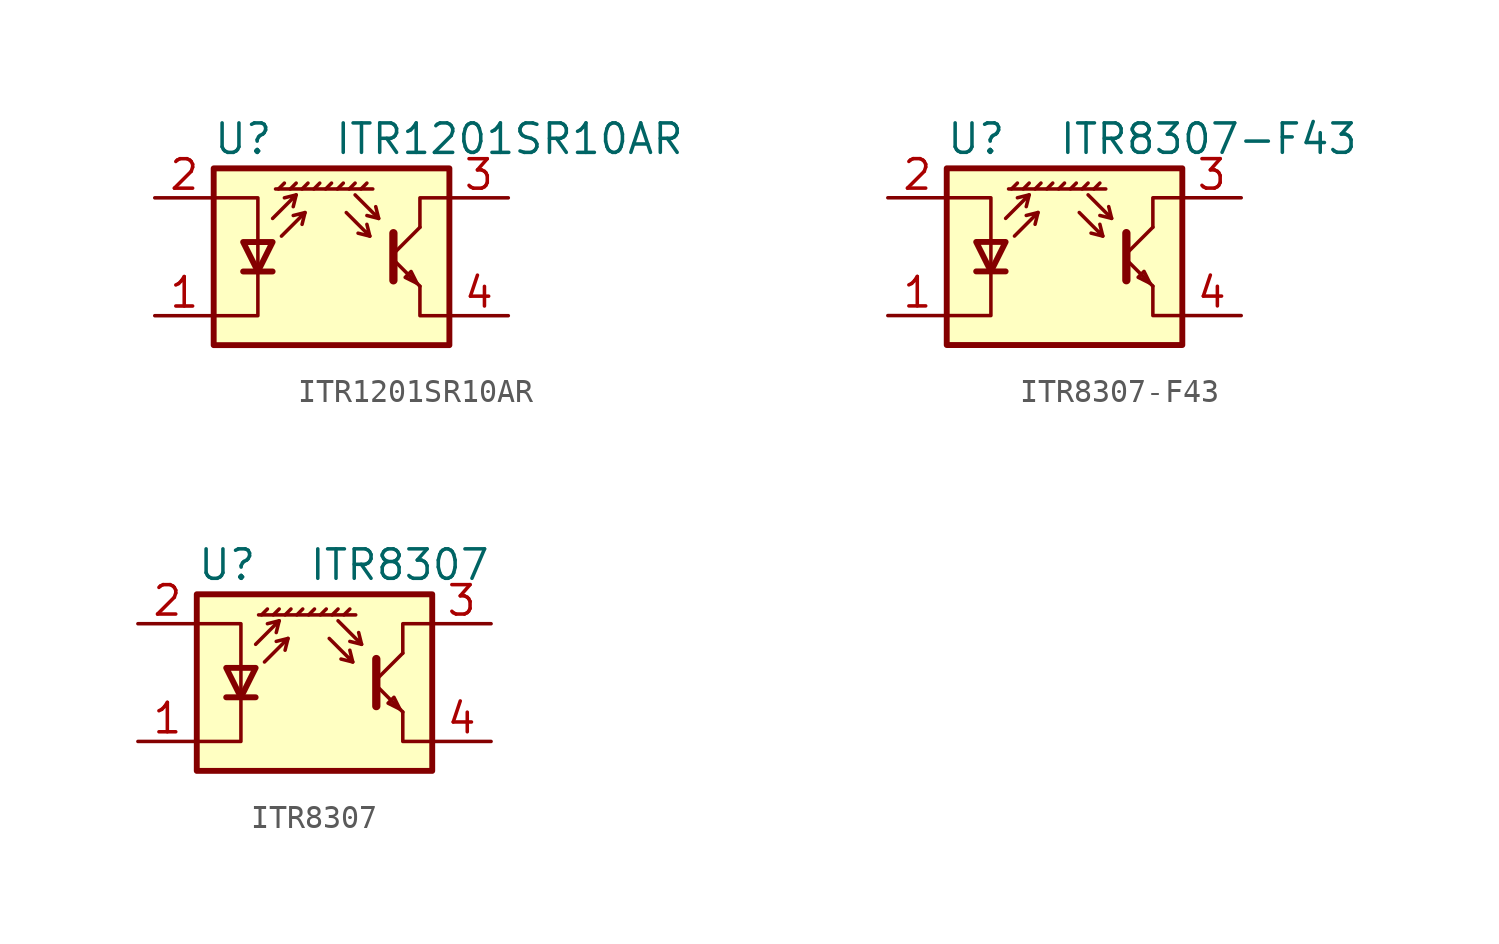
<source format=kicad_sym>
(kicad_symbol_lib
  (version 20241209)
  (generator "kicad_symbol_editor")
  (generator_version "9.0")
  (symbol "ITR1201SR10AR"
    (pin_names
      (offset 0.025)
      (hide yes))
    (property "Reference" "U"
      (at -3.81 5.08 0)
      (effects (font (size 1.27 1.27))))
    (property "Value" "ITR1201SR10AR"
      (at 15.24 5.08 0)
      (effects (font (size 1.27 1.27)) (justify right)))
    (symbol "ITR1201SR10AR_0_1"
      (polyline (pts (xy -5.08 -2.54) (xy -3.175 -2.54) (xy -3.175 2.54) (xy -5.08 2.54)) (stroke (width 0) (type default)) (fill (type none)))
      (polyline (pts (xy -5.08 -3.81) (xy 5.08 -3.81) (xy 5.08 3.81) (xy -5.08 3.81) (xy -5.08 -3.81)) (stroke (width 0.254) (type default)) (fill (type background)))
      (polyline (pts (xy -3.81 -0.635) (xy -2.54 -0.635)) (stroke (width 0.254) (type default)) (fill (type none)))
      (polyline (pts (xy -3.175 -0.635) (xy -3.81 0.635) (xy -2.54 0.635) (xy -3.175 -0.635)) (stroke (width 0.254) (type default)) (fill (type none)))
      (polyline (pts (xy -2.54 1.651) (xy -1.524 2.667) (xy -2.032 2.54)) (stroke (width 0) (type default)) (fill (type none)))
      (polyline (pts (xy -2.286 2.921) (xy -2.032 3.175)) (stroke (width 0) (type default)) (fill (type none)))
      (polyline (pts (xy -2.159 0.889) (xy -1.143 1.905) (xy -1.651 1.778)) (stroke (width 0) (type default)) (fill (type none)))
      (polyline (pts (xy -1.778 2.921) (xy -1.524 3.175)) (stroke (width 0) (type default)) (fill (type none)))
      (polyline (pts (xy -1.524 2.667) (xy -1.651 2.159)) (stroke (width 0) (type default)) (fill (type none)))
      (polyline (pts (xy -1.27 2.921) (xy -1.016 3.175)) (stroke (width 0) (type default)) (fill (type none)))
      (polyline (pts (xy -1.143 1.905) (xy -1.27 1.397)) (stroke (width 0) (type default)) (fill (type none)))
      (polyline (pts (xy -0.762 2.921) (xy -0.508 3.175)) (stroke (width 0) (type default)) (fill (type none)))
      (polyline (pts (xy -0.254 2.921) (xy 0 3.175)) (stroke (width 0) (type default)) (fill (type none)))
      (polyline (pts (xy 0.254 2.921) (xy 0.508 3.175)) (stroke (width 0) (type default)) (fill (type none)))
      (polyline (pts (xy 0.635 1.905) (xy 1.651 0.889) (xy 1.524 1.397)) (stroke (width 0) (type default)) (fill (type none)))
      (polyline (pts (xy 0.762 2.921) (xy 1.016 3.175)) (stroke (width 0) (type default)) (fill (type none)))
      (polyline (pts (xy 1.016 2.667) (xy 2.032 1.651) (xy 1.905 2.159)) (stroke (width 0) (type default)) (fill (type none)))
      (polyline (pts (xy 1.27 2.921) (xy 1.524 3.175)) (stroke (width 0) (type default)) (fill (type none)))
      (polyline (pts (xy 1.651 0.889) (xy 1.143 1.016)) (stroke (width 0) (type default)) (fill (type none)))
      (polyline (pts (xy 1.778 2.921) (xy -2.413 2.921)) (stroke (width 0) (type default)) (fill (type none)))
      (polyline (pts (xy 2.032 1.651) (xy 1.524 1.778)) (stroke (width 0) (type default)) (fill (type none)))
      (polyline (pts (xy 2.667 1.016) (xy 2.667 -1.016)) (stroke (width 0.356) (type default)) (fill (type none)))
      (polyline (pts (xy 2.667 0.127) (xy 3.81 1.27)) (stroke (width 0) (type default)) (fill (type none)))
      (polyline (pts (xy 2.667 -0.127) (xy 3.81 -1.27)) (stroke (width 0) (type default)) (fill (type none)))
      (polyline (pts (xy 3.683 -1.143) (xy 3.429 -0.635) (xy 3.175 -0.889) (xy 3.683 -1.143)) (stroke (width 0) (type default)) (fill (type none)))
      (polyline (pts (xy 3.81 1.27) (xy 3.81 2.54) (xy 5.08 2.54)) (stroke (width 0) (type default)) (fill (type none)))
      (polyline (pts (xy 3.81 -1.27) (xy 3.81 -2.54) (xy 5.08 -2.54)) (stroke (width 0) (type default)) (fill (type none))))
    (symbol "ITR1201SR10AR_1_1"
      (pin passive line (at -7.62 2.54 0) (length 2.54) (name "A" (effects (font (size 1.27 1.27)))) (number "2" (effects (font (size 1.27 1.27)))))
      (pin passive line (at -7.62 -2.54 0) (length 2.54) (name "K" (effects (font (size 1.27 1.27)))) (number "1" (effects (font (size 1.27 1.27)))))
      (pin open_collector line (at 7.62 2.54 180) (length 2.54) (name "~" (effects (font (size 1.27 1.27)))) (number "3" (effects (font (size 1.27 1.27)))))
      (pin open_emitter line (at 7.62 -2.54 180) (length 2.54) (name "~" (effects (font (size 1.27 1.27)))) (number "4" (effects (font (size 1.27 1.27)))))))
  (symbol "ITR8307-F43"
    (pin_names
      (offset 0.025)
      (hide yes))
    (property "Reference" "U"
      (at -3.81 5.08 0)
      (effects (font (size 1.27 1.27))))
    (property "Value" "ITR8307-F43"
      (at 12.7 5.08 0)
      (effects (font (size 1.27 1.27)) (justify right)))
    (symbol "ITR8307-F43_0_1"
      (polyline (pts (xy -5.08 -2.54) (xy -3.175 -2.54) (xy -3.175 2.54) (xy -5.08 2.54)) (stroke (width 0) (type default)) (fill (type none)))
      (polyline (pts (xy -5.08 -3.81) (xy 5.08 -3.81) (xy 5.08 3.81) (xy -5.08 3.81) (xy -5.08 -3.81)) (stroke (width 0.254) (type default)) (fill (type background)))
      (polyline (pts (xy -3.81 -0.635) (xy -2.54 -0.635)) (stroke (width 0.254) (type default)) (fill (type none)))
      (polyline (pts (xy -3.175 -0.635) (xy -3.81 0.635) (xy -2.54 0.635) (xy -3.175 -0.635)) (stroke (width 0.254) (type default)) (fill (type none)))
      (polyline (pts (xy -2.54 1.651) (xy -1.524 2.667) (xy -2.032 2.54)) (stroke (width 0) (type default)) (fill (type none)))
      (polyline (pts (xy -2.286 2.921) (xy -2.032 3.175)) (stroke (width 0) (type default)) (fill (type none)))
      (polyline (pts (xy -2.159 0.889) (xy -1.143 1.905) (xy -1.651 1.778)) (stroke (width 0) (type default)) (fill (type none)))
      (polyline (pts (xy -1.778 2.921) (xy -1.524 3.175)) (stroke (width 0) (type default)) (fill (type none)))
      (polyline (pts (xy -1.524 2.667) (xy -1.651 2.159)) (stroke (width 0) (type default)) (fill (type none)))
      (polyline (pts (xy -1.27 2.921) (xy -1.016 3.175)) (stroke (width 0) (type default)) (fill (type none)))
      (polyline (pts (xy -1.143 1.905) (xy -1.27 1.397)) (stroke (width 0) (type default)) (fill (type none)))
      (polyline (pts (xy -0.762 2.921) (xy -0.508 3.175)) (stroke (width 0) (type default)) (fill (type none)))
      (polyline (pts (xy -0.254 2.921) (xy 0 3.175)) (stroke (width 0) (type default)) (fill (type none)))
      (polyline (pts (xy 0.254 2.921) (xy 0.508 3.175)) (stroke (width 0) (type default)) (fill (type none)))
      (polyline (pts (xy 0.635 1.905) (xy 1.651 0.889) (xy 1.524 1.397)) (stroke (width 0) (type default)) (fill (type none)))
      (polyline (pts (xy 0.762 2.921) (xy 1.016 3.175)) (stroke (width 0) (type default)) (fill (type none)))
      (polyline (pts (xy 1.016 2.667) (xy 2.032 1.651) (xy 1.905 2.159)) (stroke (width 0) (type default)) (fill (type none)))
      (polyline (pts (xy 1.27 2.921) (xy 1.524 3.175)) (stroke (width 0) (type default)) (fill (type none)))
      (polyline (pts (xy 1.651 0.889) (xy 1.143 1.016)) (stroke (width 0) (type default)) (fill (type none)))
      (polyline (pts (xy 1.778 2.921) (xy -2.413 2.921)) (stroke (width 0) (type default)) (fill (type none)))
      (polyline (pts (xy 2.032 1.651) (xy 1.524 1.778)) (stroke (width 0) (type default)) (fill (type none)))
      (polyline (pts (xy 2.667 1.016) (xy 2.667 -1.016)) (stroke (width 0.356) (type default)) (fill (type none)))
      (polyline (pts (xy 2.667 0.127) (xy 3.81 1.27)) (stroke (width 0) (type default)) (fill (type none)))
      (polyline (pts (xy 2.667 -0.127) (xy 3.81 -1.27)) (stroke (width 0) (type default)) (fill (type none)))
      (polyline (pts (xy 3.683 -1.143) (xy 3.429 -0.635) (xy 3.175 -0.889) (xy 3.683 -1.143)) (stroke (width 0) (type default)) (fill (type none)))
      (polyline (pts (xy 3.81 1.27) (xy 3.81 2.54) (xy 5.08 2.54)) (stroke (width 0) (type default)) (fill (type none)))
      (polyline (pts (xy 3.81 -1.27) (xy 3.81 -2.54) (xy 5.08 -2.54)) (stroke (width 0) (type default)) (fill (type none))))
    (symbol "ITR8307-F43_1_1"
      (pin passive line (at -7.62 2.54 0) (length 2.54) (name "A" (effects (font (size 1.27 1.27)))) (number "2" (effects (font (size 1.27 1.27)))))
      (pin passive line (at -7.62 -2.54 0) (length 2.54) (name "K" (effects (font (size 1.27 1.27)))) (number "1" (effects (font (size 1.27 1.27)))))
      (pin open_collector line (at 7.62 2.54 180) (length 2.54) (name "C" (effects (font (size 1.27 1.27)))) (number "3" (effects (font (size 1.27 1.27)))))
      (pin open_emitter line (at 7.62 -2.54 180) (length 2.54) (name "E" (effects (font (size 1.27 1.27)))) (number "4" (effects (font (size 1.27 1.27)))))))
  (symbol "ITR8307"
    (pin_names
      (offset 0.025)
      (hide yes))
    (property "Reference" "U"
      (at -5.08 5.08 0)
      (effects (font (size 1.27 1.27)) (justify left)))
    (property "Value" "ITR8307"
      (at 7.62 5.08 0)
      (effects (font (size 1.27 1.27)) (justify right)))
    (symbol "ITR8307_0_1"
      (polyline (pts (xy -5.08 -2.54) (xy -3.175 -2.54) (xy -3.175 2.54) (xy -5.08 2.54)) (stroke (width 0) (type default)) (fill (type none)))
      (polyline (pts (xy -5.08 -3.81) (xy 5.08 -3.81) (xy 5.08 3.81) (xy -5.08 3.81) (xy -5.08 -3.81)) (stroke (width 0.254) (type default)) (fill (type background)))
      (polyline (pts (xy -3.81 -0.635) (xy -2.54 -0.635)) (stroke (width 0.254) (type default)) (fill (type none)))
      (polyline (pts (xy -3.175 -0.635) (xy -3.81 0.635) (xy -2.54 0.635) (xy -3.175 -0.635)) (stroke (width 0.254) (type default)) (fill (type none)))
      (polyline (pts (xy -2.54 1.651) (xy -1.524 2.667) (xy -2.032 2.54)) (stroke (width 0) (type default)) (fill (type none)))
      (polyline (pts (xy -2.286 2.921) (xy -2.032 3.175)) (stroke (width 0) (type default)) (fill (type none)))
      (polyline (pts (xy -2.159 0.889) (xy -1.143 1.905) (xy -1.651 1.778)) (stroke (width 0) (type default)) (fill (type none)))
      (polyline (pts (xy -1.778 2.921) (xy -1.524 3.175)) (stroke (width 0) (type default)) (fill (type none)))
      (polyline (pts (xy -1.524 2.667) (xy -1.651 2.159)) (stroke (width 0) (type default)) (fill (type none)))
      (polyline (pts (xy -1.27 2.921) (xy -1.016 3.175)) (stroke (width 0) (type default)) (fill (type none)))
      (polyline (pts (xy -1.143 1.905) (xy -1.27 1.397)) (stroke (width 0) (type default)) (fill (type none)))
      (polyline (pts (xy -0.762 2.921) (xy -0.508 3.175)) (stroke (width 0) (type default)) (fill (type none)))
      (polyline (pts (xy -0.254 2.921) (xy 0 3.175)) (stroke (width 0) (type default)) (fill (type none)))
      (polyline (pts (xy 0.254 2.921) (xy 0.508 3.175)) (stroke (width 0) (type default)) (fill (type none)))
      (polyline (pts (xy 0.635 1.905) (xy 1.651 0.889) (xy 1.524 1.397)) (stroke (width 0) (type default)) (fill (type none)))
      (polyline (pts (xy 0.762 2.921) (xy 1.016 3.175)) (stroke (width 0) (type default)) (fill (type none)))
      (polyline (pts (xy 1.016 2.667) (xy 2.032 1.651) (xy 1.905 2.159)) (stroke (width 0) (type default)) (fill (type none)))
      (polyline (pts (xy 1.27 2.921) (xy 1.524 3.175)) (stroke (width 0) (type default)) (fill (type none)))
      (polyline (pts (xy 1.651 0.889) (xy 1.143 1.016)) (stroke (width 0) (type default)) (fill (type none)))
      (polyline (pts (xy 1.778 2.921) (xy -2.413 2.921)) (stroke (width 0) (type default)) (fill (type none)))
      (polyline (pts (xy 2.032 1.651) (xy 1.524 1.778)) (stroke (width 0) (type default)) (fill (type none)))
      (polyline (pts (xy 2.667 1.016) (xy 2.667 -1.016)) (stroke (width 0.356) (type default)) (fill (type none)))
      (polyline (pts (xy 2.667 0.127) (xy 3.81 1.27)) (stroke (width 0) (type default)) (fill (type none)))
      (polyline (pts (xy 2.667 -0.127) (xy 3.81 -1.27)) (stroke (width 0) (type default)) (fill (type none)))
      (polyline (pts (xy 3.683 -1.143) (xy 3.429 -0.635) (xy 3.175 -0.889) (xy 3.683 -1.143)) (stroke (width 0) (type default)) (fill (type none)))
      (polyline (pts (xy 3.81 1.27) (xy 3.81 2.54) (xy 5.08 2.54)) (stroke (width 0) (type default)) (fill (type none)))
      (polyline (pts (xy 3.81 -1.27) (xy 3.81 -2.54) (xy 5.08 -2.54)) (stroke (width 0) (type default)) (fill (type none))))
    (symbol "ITR8307_1_1"
      (pin passive line (at -7.62 2.54 0) (length 2.54) (name "A" (effects (font (size 1.27 1.27)))) (number "2" (effects (font (size 1.27 1.27)))))
      (pin passive line (at -7.62 -2.54 0) (length 2.54) (name "K" (effects (font (size 1.27 1.27)))) (number "1" (effects (font (size 1.27 1.27)))))
      (pin open_collector line (at 7.62 2.54 180) (length 2.54) (name "C" (effects (font (size 1.27 1.27)))) (number "3" (effects (font (size 1.27 1.27)))))
      (pin open_emitter line (at 7.62 -2.54 180) (length 2.54) (name "E" (effects (font (size 1.27 1.27)))) (number "4" (effects (font (size 1.27 1.27))))))))
</source>
